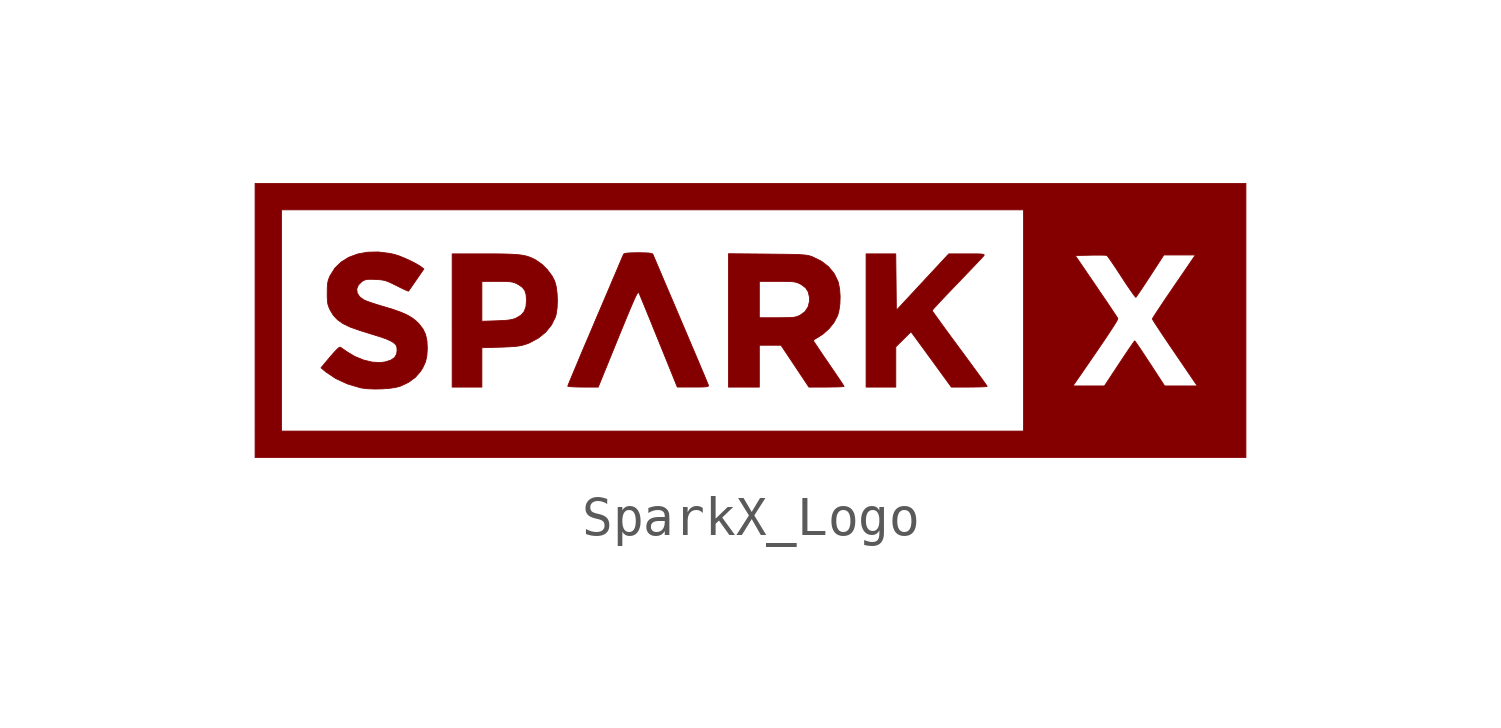
<source format=kicad_sym>
(kicad_symbol_lib
  (version 20231120)
  (generator "kicad_symbol_editor")
  (generator_version "8.0")
  (symbol "SparkX_Logo"
    (pin_names
      (offset 1.016))
    (property "Reference" "#G"
      (at 0 5.08 0)
      (effects (font (size 1.27 1.27)) (hide yes)))
    (symbol "SparkX_Logo_0_0"
      (polyline (pts (xy -6.886 -1.217) (xy -6.886 -0.713) (xy -6.413 -0.699) (xy -6.34 -0.697) (xy -6.166 -0.689) (xy -6.033 -0.68) (xy -5.928 -0.666) (xy -5.84 -0.648) (xy -5.757 -0.623) (xy -5.66 -0.586) (xy -5.438 -0.466) (xy -5.25 -0.313) (xy -5.103 -0.132) (xy -5.003 0.07) (xy -4.982 0.143) (xy -4.958 0.306) (xy -4.95 0.492) (xy -4.958 0.681) (xy -4.981 0.856) (xy -5.019 0.995) (xy -5.086 1.125) (xy -5.204 1.284) (xy -5.346 1.426) (xy -5.496 1.531) (xy -5.509 1.538) (xy -5.592 1.581) (xy -5.674 1.614) (xy -5.761 1.641) (xy -5.861 1.661) (xy -5.981 1.675) (xy -6.128 1.684) (xy -6.311 1.69) (xy -6.535 1.693) (xy -6.808 1.693) (xy -7.648 1.693) (xy -7.648 -0.014) (xy -7.648 -0.035) (xy -6.886 -0.035) (xy -6.886 0.476) (xy -6.886 0.988) (xy -6.497 0.988) (xy -6.397 0.988) (xy -6.264 0.985) (xy -6.168 0.979) (xy -6.097 0.968) (xy -6.04 0.95) (xy -5.984 0.924) (xy -5.965 0.914) (xy -5.856 0.843) (xy -5.788 0.759) (xy -5.753 0.649) (xy -5.743 0.499) (xy -5.756 0.34) (xy -5.801 0.216) (xy -5.883 0.121) (xy -6.009 0.047) (xy -6.05 0.03) (xy -6.125 0.009) (xy -6.218 -0.006) (xy -6.343 -0.016) (xy -6.512 -0.023) (xy -6.886 -0.035) (xy -7.648 -0.035) (xy -7.648 -1.722) (xy -7.267 -1.722) (xy -6.886 -1.722) (xy -6.886 -1.217)) (stroke (width 0.01) (type default)) (fill (type outline)))
      (polyline (pts (xy 3.725 -1.206) (xy 3.725 -0.69) (xy 3.92 -0.497) (xy 4.114 -0.304) (xy 4.267 -0.512) (xy 4.276 -0.525) (xy 4.346 -0.62) (xy 4.439 -0.747) (xy 4.548 -0.897) (xy 4.666 -1.058) (xy 4.784 -1.221) (xy 5.149 -1.722) (xy 5.609 -1.722) (xy 5.716 -1.721) (xy 5.856 -1.719) (xy 5.967 -1.715) (xy 6.041 -1.71) (xy 6.068 -1.704) (xy 6.063 -1.696) (xy 6.031 -1.649) (xy 5.97 -1.563) (xy 5.884 -1.444) (xy 5.777 -1.297) (xy 5.652 -1.127) (xy 5.513 -0.937) (xy 5.362 -0.733) (xy 5.283 -0.625) (xy 5.137 -0.428) (xy 5.005 -0.248) (xy 4.889 -0.088) (xy 4.793 0.045) (xy 4.719 0.148) (xy 4.673 0.215) (xy 4.657 0.241) (xy 4.665 0.252) (xy 4.706 0.3) (xy 4.78 0.381) (xy 4.88 0.489) (xy 5.003 0.619) (xy 5.145 0.767) (xy 5.299 0.928) (xy 5.395 1.027) (xy 5.545 1.184) (xy 5.681 1.326) (xy 5.797 1.448) (xy 5.889 1.545) (xy 5.951 1.612) (xy 5.98 1.644) (xy 5.988 1.657) (xy 5.99 1.671) (xy 5.972 1.681) (xy 5.926 1.688) (xy 5.845 1.692) (xy 5.722 1.693) (xy 5.551 1.693) (xy 5.083 1.693) (xy 4.411 0.97) (xy 3.739 0.247) (xy 3.732 0.97) (xy 3.724 1.693) (xy 3.344 1.693) (xy 2.963 1.693) (xy 2.963 -0.014) (xy 2.963 -1.722) (xy 3.344 -1.722) (xy 3.725 -1.722) (xy 3.725 -1.206)) (stroke (width 0.01) (type default)) (fill (type outline)))
      (polyline (pts (xy -3.398 -0.481) (xy -3.364 -0.398) (xy -3.251 -0.122) (xy -3.157 0.106) (xy -3.08 0.29) (xy -3.018 0.435) (xy -2.97 0.545) (xy -2.932 0.623) (xy -2.905 0.673) (xy -2.885 0.699) (xy -2.872 0.706) (xy -2.862 0.697) (xy -2.851 0.673) (xy -2.82 0.599) (xy -2.772 0.482) (xy -2.709 0.329) (xy -2.633 0.144) (xy -2.547 -0.067) (xy -2.454 -0.298) (xy -2.354 -0.543) (xy -1.877 -1.721) (xy -1.471 -1.721) (xy -1.468 -1.721) (xy -1.31 -1.721) (xy -1.2 -1.719) (xy -1.131 -1.714) (xy -1.093 -1.705) (xy -1.078 -1.692) (xy -1.08 -1.672) (xy -1.081 -1.669) (xy -1.098 -1.626) (xy -1.135 -1.536) (xy -1.19 -1.403) (xy -1.262 -1.234) (xy -1.347 -1.032) (xy -1.445 -0.801) (xy -1.553 -0.547) (xy -1.669 -0.274) (xy -1.792 0.014) (xy -1.817 0.074) (xy -1.938 0.359) (xy -2.053 0.627) (xy -2.159 0.876) (xy -2.254 1.099) (xy -2.337 1.294) (xy -2.405 1.454) (xy -2.457 1.576) (xy -2.49 1.655) (xy -2.504 1.686) (xy -2.505 1.689) (xy -2.534 1.704) (xy -2.602 1.714) (xy -2.715 1.72) (xy -2.879 1.722) (xy -2.902 1.722) (xy -3.059 1.719) (xy -3.166 1.713) (xy -3.229 1.702) (xy -3.254 1.686) (xy -3.255 1.683) (xy -3.274 1.638) (xy -3.313 1.546) (xy -3.37 1.413) (xy -3.442 1.243) (xy -3.529 1.04) (xy -3.627 0.808) (xy -3.736 0.553) (xy -3.853 0.278) (xy -3.977 -0.011) (xy -4.012 -0.095) (xy -4.133 -0.381) (xy -4.248 -0.649) (xy -4.353 -0.897) (xy -4.446 -1.12) (xy -4.527 -1.313) (xy -4.593 -1.471) (xy -4.643 -1.591) (xy -4.674 -1.668) (xy -4.685 -1.698) (xy -4.682 -1.701) (xy -4.639 -1.709) (xy -4.554 -1.716) (xy -4.435 -1.72) (xy -4.294 -1.722) (xy -3.903 -1.722) (xy -3.398 -0.481)) (stroke (width 0.01) (type default)) (fill (type outline)))
      (polyline (pts (xy 0.226 -1.185) (xy 0.226 -0.649) (xy 0.503 -0.649) (xy 0.781 -0.649) (xy 1.139 -1.185) (xy 1.496 -1.722) (xy 1.947 -1.722) (xy 2.048 -1.721) (xy 2.187 -1.719) (xy 2.299 -1.716) (xy 2.372 -1.711) (xy 2.399 -1.706) (xy 2.39 -1.689) (xy 2.353 -1.631) (xy 2.291 -1.538) (xy 2.21 -1.417) (xy 2.112 -1.274) (xy 2.004 -1.115) (xy 1.919 -0.992) (xy 1.819 -0.844) (xy 1.734 -0.718) (xy 1.667 -0.618) (xy 1.624 -0.552) (xy 1.609 -0.526) (xy 1.626 -0.511) (xy 1.68 -0.475) (xy 1.759 -0.428) (xy 1.861 -0.361) (xy 2.015 -0.223) (xy 2.143 -0.061) (xy 2.232 0.107) (xy 2.265 0.224) (xy 2.292 0.406) (xy 2.298 0.604) (xy 2.284 0.797) (xy 2.25 0.965) (xy 2.241 0.991) (xy 2.145 1.189) (xy 2.001 1.363) (xy 1.814 1.507) (xy 1.589 1.617) (xy 1.557 1.629) (xy 1.511 1.643) (xy 1.461 1.655) (xy 1.399 1.663) (xy 1.32 1.67) (xy 1.216 1.676) (xy 1.082 1.68) (xy 0.91 1.683) (xy 0.695 1.685) (xy 0.43 1.688) (xy -0.565 1.697) (xy -0.565 0.056) (xy 0.226 0.056) (xy 0.226 0.522) (xy 0.226 0.988) (xy 0.685 0.988) (xy 0.741 0.988) (xy 0.901 0.987) (xy 1.018 0.983) (xy 1.103 0.977) (xy 1.166 0.965) (xy 1.218 0.948) (xy 1.269 0.924) (xy 1.301 0.907) (xy 1.413 0.823) (xy 1.48 0.718) (xy 1.512 0.578) (xy 1.514 0.489) (xy 1.479 0.338) (xy 1.397 0.213) (xy 1.271 0.12) (xy 1.256 0.113) (xy 1.205 0.091) (xy 1.151 0.075) (xy 1.082 0.065) (xy 0.989 0.06) (xy 0.86 0.057) (xy 0.685 0.056) (xy 0.226 0.056) (xy -0.565 0.056) (xy -0.565 -0.013) (xy -0.565 -1.722) (xy -0.169 -1.722) (xy 0.226 -1.722) (xy 0.226 -1.185)) (stroke (width 0.01) (type default)) (fill (type outline)))
      (polyline (pts (xy 12.7 -0.014) (xy 12.7 3.499) (xy 0 3.499) (xy -12.7 3.499) (xy -12.7 -0.014) (xy -12.7 -2.85) (xy -12.023 -2.85) (xy -12.023 -0.014) (xy -12.023 2.822) (xy -2.512 2.822) (xy 6.999 2.822) (xy 6.999 -0.014) (xy 6.999 -1.693) (xy 8.265 -1.693) (xy 8.446 -1.432) (xy 8.474 -1.392) (xy 8.69 -1.078) (xy 8.876 -0.808) (xy 9.031 -0.58) (xy 9.158 -0.391) (xy 9.258 -0.239) (xy 9.333 -0.123) (xy 9.383 -0.04) (xy 9.411 0.013) (xy 9.417 0.036) (xy 9.406 0.055) (xy 9.367 0.116) (xy 9.301 0.214) (xy 9.215 0.343) (xy 9.111 0.498) (xy 8.992 0.672) (xy 8.864 0.861) (xy 8.325 1.651) (xy 8.712 1.659) (xy 8.751 1.66) (xy 8.891 1.661) (xy 9.009 1.661) (xy 9.092 1.658) (xy 9.131 1.654) (xy 9.14 1.647) (xy 9.178 1.599) (xy 9.238 1.514) (xy 9.317 1.398) (xy 9.41 1.259) (xy 9.511 1.104) (xy 9.565 1.02) (xy 9.661 0.876) (xy 9.745 0.753) (xy 9.812 0.658) (xy 9.858 0.598) (xy 9.878 0.579) (xy 9.886 0.587) (xy 9.92 0.635) (xy 9.978 0.72) (xy 10.056 0.835) (xy 10.147 0.974) (xy 10.248 1.128) (xy 10.597 1.665) (xy 11.001 1.665) (xy 11.404 1.665) (xy 11.284 1.489) (xy 11.244 1.43) (xy 11.173 1.325) (xy 11.08 1.19) (xy 10.972 1.032) (xy 10.854 0.86) (xy 10.733 0.682) (xy 10.73 0.678) (xy 10.616 0.511) (xy 10.514 0.358) (xy 10.427 0.227) (xy 10.36 0.124) (xy 10.316 0.054) (xy 10.301 0.024) (xy 10.316 -0.003) (xy 10.359 -0.072) (xy 10.427 -0.177) (xy 10.517 -0.313) (xy 10.624 -0.473) (xy 10.746 -0.654) (xy 10.878 -0.848) (xy 11.454 -1.693) (xy 11.036 -1.693) (xy 10.617 -1.693) (xy 10.241 -1.115) (xy 10.162 -0.996) (xy 10.065 -0.848) (xy 9.98 -0.721) (xy 9.913 -0.623) (xy 9.868 -0.559) (xy 9.85 -0.537) (xy 9.838 -0.549) (xy 9.799 -0.603) (xy 9.737 -0.693) (xy 9.656 -0.812) (xy 9.56 -0.955) (xy 9.454 -1.115) (xy 9.073 -1.692) (xy 8.669 -1.693) (xy 8.265 -1.693) (xy 6.999 -1.693) (xy 6.999 -2.85) (xy -2.512 -2.85) (xy -12.023 -2.85) (xy -12.7 -2.85) (xy -12.7 -3.528) (xy 0 -3.528) (xy 12.7 -3.528) (xy 12.7 -0.014)) (stroke (width 0.01) (type default)) (fill (type outline)))
      (polyline (pts (xy -9.438 -1.768) (xy -9.254 -1.754) (xy -9.093 -1.73) (xy -8.972 -1.697) (xy -8.775 -1.605) (xy -8.595 -1.476) (xy -8.458 -1.319) (xy -8.396 -1.217) (xy -8.331 -1.073) (xy -8.296 -0.919) (xy -8.285 -0.734) (xy -8.285 -0.734) (xy -8.294 -0.534) (xy -8.33 -0.372) (xy -8.396 -0.233) (xy -8.498 -0.101) (xy -8.568 -0.031) (xy -8.674 0.052) (xy -8.802 0.127) (xy -8.96 0.197) (xy -9.156 0.267) (xy -9.4 0.341) (xy -9.454 0.356) (xy -9.606 0.403) (xy -9.743 0.448) (xy -9.852 0.488) (xy -9.92 0.518) (xy -10.021 0.594) (xy -10.082 0.69) (xy -10.093 0.793) (xy -10.053 0.894) (xy -9.962 0.983) (xy -9.933 1.002) (xy -9.882 1.026) (xy -9.823 1.039) (xy -9.739 1.042) (xy -9.616 1.038) (xy -9.562 1.035) (xy -9.464 1.027) (xy -9.383 1.012) (xy -9.302 0.986) (xy -9.203 0.942) (xy -9.072 0.877) (xy -8.957 0.82) (xy -8.86 0.774) (xy -8.793 0.745) (xy -8.767 0.737) (xy -8.767 0.737) (xy -8.748 0.764) (xy -8.704 0.827) (xy -8.641 0.918) (xy -8.566 1.027) (xy -8.373 1.305) (xy -8.441 1.359) (xy -8.486 1.39) (xy -8.596 1.454) (xy -8.732 1.522) (xy -8.878 1.588) (xy -9.015 1.643) (xy -9.128 1.679) (xy -9.251 1.706) (xy -9.542 1.742) (xy -9.817 1.736) (xy -10.071 1.69) (xy -10.299 1.605) (xy -10.496 1.482) (xy -10.657 1.325) (xy -10.777 1.133) (xy -10.796 1.091) (xy -10.825 1.012) (xy -10.841 0.932) (xy -10.849 0.831) (xy -10.851 0.691) (xy -10.851 0.59) (xy -10.845 0.483) (xy -10.833 0.401) (xy -10.809 0.328) (xy -10.771 0.244) (xy -10.694 0.118) (xy -10.585 0.002) (xy -10.443 -0.097) (xy -10.26 -0.185) (xy -10.027 -0.267) (xy -9.909 -0.304) (xy -9.745 -0.355) (xy -9.591 -0.403) (xy -9.469 -0.441) (xy -9.448 -0.448) (xy -9.329 -0.491) (xy -9.224 -0.539) (xy -9.152 -0.581) (xy -9.151 -0.582) (xy -9.092 -0.636) (xy -9.066 -0.693) (xy -9.059 -0.779) (xy -9.07 -0.869) (xy -9.121 -0.962) (xy -9.216 -1.029) (xy -9.361 -1.076) (xy -9.492 -1.093) (xy -9.702 -1.081) (xy -9.924 -1.027) (xy -10.145 -0.936) (xy -10.355 -0.81) (xy -10.409 -0.771) (xy -10.477 -0.724) (xy -10.518 -0.697) (xy -10.541 -0.703) (xy -10.596 -0.749) (xy -10.677 -0.834) (xy -10.78 -0.952) (xy -11.01 -1.228) (xy -10.916 -1.307) (xy -10.882 -1.336) (xy -10.629 -1.505) (xy -10.335 -1.64) (xy -10.005 -1.738) (xy -9.966 -1.746) (xy -9.81 -1.765) (xy -9.629 -1.772) (xy -9.438 -1.768)) (stroke (width 0.01) (type default)) (fill (type outline))))))
</source>
